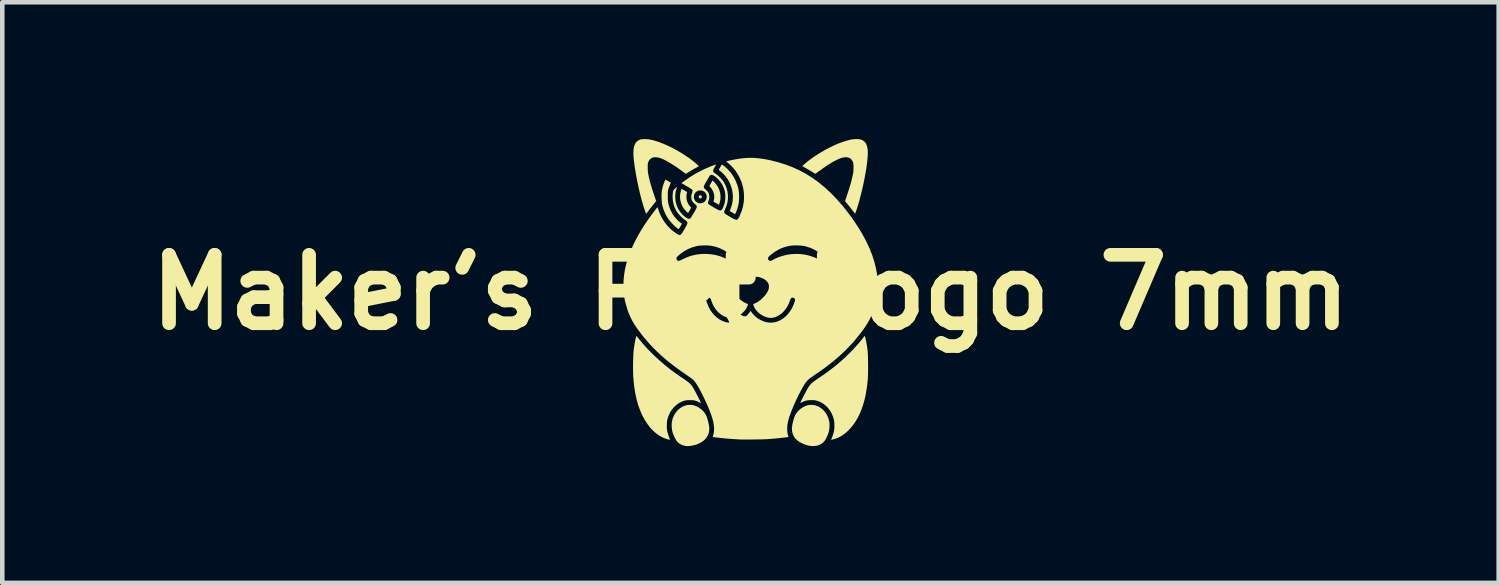
<source format=kicad_pcb>
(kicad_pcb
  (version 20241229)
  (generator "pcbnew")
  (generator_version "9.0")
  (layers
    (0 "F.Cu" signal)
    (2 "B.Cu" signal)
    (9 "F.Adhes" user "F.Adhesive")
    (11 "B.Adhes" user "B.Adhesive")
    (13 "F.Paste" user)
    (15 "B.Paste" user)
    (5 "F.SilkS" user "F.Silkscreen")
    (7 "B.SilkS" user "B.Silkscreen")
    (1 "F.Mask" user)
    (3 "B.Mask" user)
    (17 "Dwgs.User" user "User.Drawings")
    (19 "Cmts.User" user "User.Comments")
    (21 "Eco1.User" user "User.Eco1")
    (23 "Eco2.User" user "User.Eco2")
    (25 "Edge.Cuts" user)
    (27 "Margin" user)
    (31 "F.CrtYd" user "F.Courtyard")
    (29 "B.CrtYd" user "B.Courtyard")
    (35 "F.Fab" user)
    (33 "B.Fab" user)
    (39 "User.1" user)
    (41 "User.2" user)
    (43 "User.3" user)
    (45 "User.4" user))
  (footprint "Maker's Pet Logo 7mm"
    (layer "F.Cu")
    (at 13.407 3.36)
    (property "Reference" "Maker's Pet Logo 7mm" (at 0 0 0) (layer "F.SilkS") (effects (font (size 1.5 1.5) (thickness 0.3))))
    (attr board_only exclude_from_pos_files exclude_from_bom)
    (fp_poly (pts (xy -1.09 -2.127) (xy -1.076 -2.116) (xy -1.065 -2.103) (xy -1.064 -2.09) (xy -1.071 -2.076) (xy -1.074 -2.073) (xy -1.088 -2.061) (xy -1.106 -2.059) (xy -1.121 -2.066) (xy -1.125 -2.069) (xy -1.134 -2.086) (xy -1.134 -2.103) (xy -1.125 -2.118) (xy -1.123 -2.12) (xy -1.106 -2.129)) (stroke (width 0) (type solid)) (fill yes) (layer "F.SilkS"))
    (fp_poly (pts (xy -0.795 -2.416) (xy -0.75 -2.365) (xy -0.713 -2.309) (xy -0.685 -2.249) (xy -0.666 -2.185) (xy -0.657 -2.119) (xy -0.658 -2.053) (xy -0.661 -2.031) (xy -0.665 -2.008) (xy -0.67 -1.984) (xy -0.676 -1.961) (xy -0.683 -1.941) (xy -0.688 -1.927) (xy -0.692 -1.921) (xy -0.692 -1.921) (xy -0.698 -1.924) (xy -0.712 -1.931) (xy -0.731 -1.942) (xy -0.754 -1.955) (xy -0.755 -1.955) (xy -0.813 -1.989) (xy -0.805 -2.014) (xy -0.795 -2.066) (xy -0.795 -2.12) (xy -0.805 -2.173) (xy -0.825 -2.225) (xy -0.854 -2.274) (xy -0.871 -2.296) (xy -0.902 -2.332) (xy -0.867 -2.392) (xy -0.832 -2.451)) (stroke (width 0) (type solid)) (fill yes) (layer "F.SilkS"))
    (fp_poly (pts (xy -1.506 -2.265) (xy -1.493 -2.258) (xy -1.475 -2.248) (xy -1.452 -2.235) (xy -1.449 -2.234) (xy -1.389 -2.199) (xy -1.397 -2.174) (xy -1.4 -2.157) (xy -1.403 -2.133) (xy -1.405 -2.107) (xy -1.405 -2.097) (xy -1.401 -2.039) (xy -1.387 -1.985) (xy -1.363 -1.935) (xy -1.328 -1.888) (xy -1.325 -1.885) (xy -1.3 -1.857) (xy -1.331 -1.801) (xy -1.344 -1.778) (xy -1.355 -1.76) (xy -1.363 -1.747) (xy -1.366 -1.741) (xy -1.372 -1.743) (xy -1.383 -1.752) (xy -1.398 -1.765) (xy -1.407 -1.773) (xy -1.453 -1.824) (xy -1.49 -1.881) (xy -1.518 -1.942) (xy -1.536 -2.007) (xy -1.545 -2.073) (xy -1.543 -2.14) (xy -1.542 -2.148) (xy -1.538 -2.169) (xy -1.533 -2.194) (xy -1.527 -2.219) (xy -1.521 -2.241) (xy -1.515 -2.257) (xy -1.511 -2.266) (xy -1.511 -2.267)) (stroke (width 0) (type solid)) (fill yes) (layer "F.SilkS"))
    (fp_poly (pts (xy -1.273 2.472) (xy -1.233 2.481) (xy -1.175 2.504) (xy -1.121 2.535) (xy -1.071 2.573) (xy -1.027 2.617) (xy -0.992 2.664) (xy -0.975 2.694) (xy -0.96 2.729) (xy -0.946 2.771) (xy -0.932 2.818) (xy -0.921 2.867) (xy -0.911 2.914) (xy -0.905 2.958) (xy -0.903 2.994) (xy -0.903 2.997) (xy -0.908 3.056) (xy -0.923 3.112) (xy -0.949 3.163) (xy -0.984 3.211) (xy -1.028 3.253) (xy -1.082 3.29) (xy -1.145 3.322) (xy -1.145 3.322) (xy -1.197 3.342) (xy -1.253 3.357) (xy -1.309 3.367) (xy -1.363 3.372) (xy -1.412 3.371) (xy -1.431 3.368) (xy -1.478 3.357) (xy -1.523 3.338) (xy -1.565 3.313) (xy -1.599 3.283) (xy -1.614 3.266) (xy -1.631 3.242) (xy -1.649 3.21) (xy -1.667 3.174) (xy -1.684 3.136) (xy -1.699 3.099) (xy -1.709 3.068) (xy -1.718 3.029) (xy -1.724 2.983) (xy -1.728 2.935) (xy -1.728 2.889) (xy -1.724 2.848) (xy -1.723 2.838) (xy -1.706 2.769) (xy -1.68 2.705) (xy -1.646 2.647) (xy -1.605 2.595) (xy -1.557 2.551) (xy -1.504 2.515) (xy -1.445 2.488) (xy -1.425 2.482) (xy -1.377 2.471) (xy -1.325 2.468)) (stroke (width 0) (type solid)) (fill yes) (layer "F.SilkS"))
    (fp_poly (pts (xy 1.39 2.472) (xy 1.431 2.482) (xy 1.491 2.505) (xy 1.546 2.539) (xy 1.596 2.581) (xy 1.639 2.63) (xy 1.675 2.686) (xy 1.704 2.748) (xy 1.724 2.816) (xy 1.728 2.838) (xy 1.733 2.877) (xy 1.733 2.923) (xy 1.731 2.971) (xy 1.726 3.018) (xy 1.717 3.059) (xy 1.715 3.068) (xy 1.7 3.112) (xy 1.68 3.159) (xy 1.658 3.204) (xy 1.635 3.244) (xy 1.629 3.253) (xy 1.597 3.29) (xy 1.557 3.322) (xy 1.509 3.347) (xy 1.476 3.359) (xy 1.448 3.365) (xy 1.414 3.369) (xy 1.376 3.371) (xy 1.34 3.371) (xy 1.31 3.368) (xy 1.248 3.356) (xy 1.186 3.336) (xy 1.127 3.31) (xy 1.072 3.279) (xy 1.023 3.244) (xy 0.984 3.206) (xy 0.978 3.199) (xy 0.949 3.156) (xy 0.927 3.106) (xy 0.913 3.052) (xy 0.908 2.997) (xy 0.908 2.997) (xy 0.91 2.961) (xy 0.916 2.918) (xy 0.925 2.871) (xy 0.937 2.822) (xy 0.95 2.775) (xy 0.964 2.732) (xy 0.979 2.697) (xy 0.98 2.694) (xy 1.01 2.645) (xy 1.049 2.599) (xy 1.095 2.557) (xy 1.147 2.522) (xy 1.203 2.494) (xy 1.238 2.481) (xy 1.286 2.471) (xy 1.338 2.468)) (stroke (width 0) (type solid)) (fill yes) (layer "F.SilkS"))
    (fp_poly (pts (xy -0.618 -2.798) (xy -0.604 -2.788) (xy -0.585 -2.773) (xy -0.563 -2.755) (xy -0.539 -2.734) (xy -0.515 -2.713) (xy -0.493 -2.692) (xy -0.483 -2.681) (xy -0.421 -2.609) (xy -0.368 -2.53) (xy -0.324 -2.444) (xy -0.288 -2.353) (xy -0.263 -2.26) (xy -0.257 -2.221) (xy -0.252 -2.174) (xy -0.25 -2.123) (xy -0.25 -2.069) (xy -0.252 -2.018) (xy -0.256 -1.97) (xy -0.263 -1.93) (xy -0.263 -1.929) (xy -0.271 -1.895) (xy -0.28 -1.861) (xy -0.291 -1.826) (xy -0.302 -1.794) (xy -0.312 -1.765) (xy -0.322 -1.742) (xy -0.331 -1.726) (xy -0.337 -1.718) (xy -0.338 -1.717) (xy -0.345 -1.72) (xy -0.359 -1.727) (xy -0.378 -1.738) (xy -0.4 -1.751) (xy -0.456 -1.784) (xy -0.443 -1.812) (xy -0.421 -1.873) (xy -0.403 -1.939) (xy -0.391 -2.008) (xy -0.386 -2.076) (xy -0.385 -2.095) (xy -0.391 -2.178) (xy -0.406 -2.261) (xy -0.431 -2.341) (xy -0.464 -2.418) (xy -0.506 -2.49) (xy -0.556 -2.557) (xy -0.613 -2.616) (xy -0.649 -2.648) (xy -0.668 -2.663) (xy -0.682 -2.675) (xy -0.692 -2.684) (xy -0.693 -2.687) (xy -0.691 -2.694) (xy -0.684 -2.707) (xy -0.674 -2.725) (xy -0.663 -2.746) (xy -0.651 -2.765) (xy -0.64 -2.783) (xy -0.632 -2.796) (xy -0.627 -2.801) (xy -0.627 -2.801)) (stroke (width 0) (type solid)) (fill yes) (layer "F.SilkS"))
    (fp_poly (pts (xy -1.858 -2.469) (xy -1.845 -2.462) (xy -1.827 -2.451) (xy -1.804 -2.438) (xy -1.804 -2.438) (xy -1.746 -2.405) (xy -1.765 -2.357) (xy -1.774 -2.334) (xy -1.782 -2.315) (xy -1.787 -2.301) (xy -1.789 -2.298) (xy -1.797 -2.277) (xy -1.803 -2.258) (xy -1.808 -2.239) (xy -1.811 -2.217) (xy -1.813 -2.19) (xy -1.813 -2.156) (xy -1.813 -2.119) (xy -1.813 -2.07) (xy -1.812 -2.028) (xy -1.809 -1.993) (xy -1.804 -1.961) (xy -1.797 -1.929) (xy -1.787 -1.896) (xy -1.78 -1.872) (xy -1.748 -1.791) (xy -1.707 -1.715) (xy -1.657 -1.645) (xy -1.599 -1.581) (xy -1.547 -1.536) (xy -1.504 -1.502) (xy -1.537 -1.444) (xy -1.55 -1.422) (xy -1.562 -1.404) (xy -1.571 -1.392) (xy -1.576 -1.387) (xy -1.576 -1.387) (xy -1.583 -1.391) (xy -1.597 -1.399) (xy -1.613 -1.41) (xy -1.627 -1.422) (xy -1.647 -1.44) (xy -1.671 -1.462) (xy -1.695 -1.485) (xy -1.706 -1.496) (xy -1.77 -1.567) (xy -1.824 -1.642) (xy -1.868 -1.722) (xy -1.904 -1.808) (xy -1.904 -1.808) (xy -1.916 -1.843) (xy -1.926 -1.879) (xy -1.935 -1.913) (xy -1.941 -1.942) (xy -1.943 -1.964) (xy -1.943 -1.965) (xy -1.944 -1.978) (xy -1.945 -1.998) (xy -1.947 -2.025) (xy -1.949 -2.054) (xy -1.949 -2.058) (xy -1.951 -2.149) (xy -1.942 -2.238) (xy -1.922 -2.327) (xy -1.908 -2.369) (xy -1.899 -2.393) (xy -1.89 -2.417) (xy -1.881 -2.438) (xy -1.873 -2.456) (xy -1.867 -2.468) (xy -1.864 -2.471)) (stroke (width 0) (type solid)) (fill yes) (layer "F.SilkS"))
    (fp_poly (pts (xy -2.272 -3.358) (xy -2.228 -3.354) (xy -2.188 -3.347) (xy -2.185 -3.347) (xy -2.101 -3.325) (xy -2.012 -3.297) (xy -1.919 -3.261) (xy -1.822 -3.219) (xy -1.724 -3.172) (xy -1.626 -3.12) (xy -1.53 -3.064) (xy -1.436 -3.005) (xy -1.346 -2.944) (xy -1.262 -2.881) (xy -1.187 -2.818) (xy -1.167 -2.801) (xy -1.15 -2.785) (xy -1.139 -2.774) (xy -1.134 -2.768) (xy -1.134 -2.768) (xy -1.138 -2.764) (xy -1.151 -2.755) (xy -1.168 -2.745) (xy -1.182 -2.737) (xy -1.217 -2.718) (xy -1.254 -2.697) (xy -1.292 -2.675) (xy -1.328 -2.653) (xy -1.359 -2.634) (xy -1.383 -2.619) (xy -1.383 -2.619) (xy -1.401 -2.608) (xy -1.415 -2.602) (xy -1.421 -2.601) (xy -1.428 -2.606) (xy -1.442 -2.616) (xy -1.461 -2.63) (xy -1.483 -2.647) (xy -1.493 -2.654) (xy -1.572 -2.711) (xy -1.648 -2.764) (xy -1.721 -2.811) (xy -1.79 -2.852) (xy -1.853 -2.888) (xy -1.911 -2.916) (xy -1.962 -2.938) (xy -1.981 -2.944) (xy -2.036 -2.958) (xy -2.085 -2.963) (xy -2.129 -2.959) (xy -2.167 -2.945) (xy -2.199 -2.922) (xy -2.224 -2.891) (xy -2.241 -2.859) (xy -2.245 -2.845) (xy -2.249 -2.833) (xy -2.251 -2.819) (xy -2.253 -2.801) (xy -2.253 -2.778) (xy -2.253 -2.746) (xy -2.253 -2.735) (xy -2.253 -2.698) (xy -2.252 -2.668) (xy -2.25 -2.642) (xy -2.246 -2.615) (xy -2.241 -2.586) (xy -2.236 -2.562) (xy -2.224 -2.507) (xy -2.21 -2.451) (xy -2.195 -2.394) (xy -2.177 -2.333) (xy -2.157 -2.267) (xy -2.133 -2.193) (xy -2.121 -2.157) (xy -2.068 -2) (xy -2.124 -1.931) (xy -2.149 -1.901) (xy -2.176 -1.866) (xy -2.204 -1.832) (xy -2.227 -1.801) (xy -2.23 -1.797) (xy -2.251 -1.769) (xy -2.266 -1.749) (xy -2.277 -1.735) (xy -2.284 -1.728) (xy -2.288 -1.725) (xy -2.291 -1.726) (xy -2.293 -1.73) (xy -2.294 -1.735) (xy -2.321 -1.81) (xy -2.349 -1.895) (xy -2.376 -1.988) (xy -2.403 -2.087) (xy -2.429 -2.191) (xy -2.453 -2.298) (xy -2.477 -2.406) (xy -2.498 -2.514) (xy -2.517 -2.62) (xy -2.534 -2.722) (xy -2.548 -2.82) (xy -2.559 -2.911) (xy -2.565 -2.981) (xy -2.568 -3.056) (xy -2.565 -3.122) (xy -2.557 -3.179) (xy -2.543 -3.228) (xy -2.523 -3.269) (xy -2.496 -3.302) (xy -2.463 -3.328) (xy -2.424 -3.347) (xy -2.416 -3.35) (xy -2.389 -3.356) (xy -2.355 -3.359) (xy -2.315 -3.36)) (stroke (width 0) (type solid)) (fill yes) (layer "F.SilkS"))
    (fp_poly (pts (xy -2.495 0.962) (xy -2.485 0.974) (xy -2.471 0.991) (xy -2.454 1.012) (xy -2.444 1.025) (xy -2.349 1.139) (xy -2.245 1.254) (xy -2.132 1.367) (xy -2.013 1.478) (xy -1.89 1.585) (xy -1.832 1.632) (xy -1.784 1.67) (xy -1.734 1.709) (xy -1.681 1.747) (xy -1.624 1.788) (xy -1.562 1.832) (xy -1.492 1.88) (xy -1.476 1.89) (xy -1.431 1.921) (xy -1.394 1.948) (xy -1.363 1.971) (xy -1.338 1.992) (xy -1.317 2.013) (xy -1.298 2.034) (xy -1.281 2.056) (xy -1.264 2.082) (xy -1.25 2.106) (xy -1.24 2.123) (xy -1.227 2.147) (xy -1.211 2.175) (xy -1.195 2.207) (xy -1.177 2.241) (xy -1.159 2.276) (xy -1.141 2.311) (xy -1.125 2.343) (xy -1.111 2.372) (xy -1.099 2.396) (xy -1.091 2.413) (xy -1.087 2.424) (xy -1.086 2.426) (xy -1.092 2.424) (xy -1.105 2.419) (xy -1.123 2.411) (xy -1.134 2.406) (xy -1.171 2.39) (xy -1.203 2.378) (xy -1.234 2.37) (xy -1.267 2.366) (xy -1.306 2.364) (xy -1.329 2.364) (xy -1.364 2.364) (xy -1.39 2.366) (xy -1.412 2.368) (xy -1.432 2.372) (xy -1.449 2.376) (xy -1.517 2.402) (xy -1.58 2.436) (xy -1.638 2.48) (xy -1.69 2.531) (xy -1.736 2.589) (xy -1.774 2.654) (xy -1.804 2.725) (xy -1.825 2.799) (xy -1.83 2.828) (xy -1.833 2.866) (xy -1.834 2.907) (xy -1.835 2.949) (xy -1.833 2.988) (xy -1.83 3.021) (xy -1.828 3.033) (xy -1.818 3.075) (xy -1.805 3.121) (xy -1.79 3.164) (xy -1.778 3.195) (xy -1.762 3.231) (xy -1.777 3.23) (xy -1.789 3.229) (xy -1.808 3.225) (xy -1.83 3.219) (xy -1.838 3.216) (xy -1.915 3.188) (xy -1.989 3.149) (xy -2.06 3.101) (xy -2.128 3.042) (xy -2.193 2.975) (xy -2.253 2.898) (xy -2.309 2.814) (xy -2.361 2.721) (xy -2.407 2.62) (xy -2.449 2.513) (xy -2.463 2.471) (xy -2.495 2.357) (xy -2.523 2.233) (xy -2.545 2.1) (xy -2.562 1.957) (xy -2.571 1.842) (xy -2.573 1.802) (xy -2.574 1.754) (xy -2.575 1.7) (xy -2.575 1.642) (xy -2.575 1.581) (xy -2.574 1.52) (xy -2.572 1.461) (xy -2.57 1.405) (xy -2.568 1.354) (xy -2.565 1.311) (xy -2.562 1.277) (xy -2.558 1.238) (xy -2.552 1.197) (xy -2.545 1.155) (xy -2.538 1.114) (xy -2.531 1.075) (xy -2.524 1.039) (xy -2.517 1.008) (xy -2.51 0.983) (xy -2.505 0.966) (xy -2.5 0.958) (xy -2.499 0.958)) (stroke (width 0) (type solid)) (fill yes) (layer "F.SilkS"))
    (fp_poly (pts (xy 2.358 -3.359) (xy 2.393 -3.356) (xy 2.42 -3.35) (xy 2.422 -3.35) (xy 2.463 -3.332) (xy 2.496 -3.308) (xy 2.523 -3.277) (xy 2.544 -3.238) (xy 2.559 -3.191) (xy 2.569 -3.135) (xy 2.57 -3.124) (xy 2.573 -3.077) (xy 2.572 -3.022) (xy 2.568 -2.958) (xy 2.562 -2.886) (xy 2.552 -2.808) (xy 2.541 -2.725) (xy 2.526 -2.637) (xy 2.51 -2.546) (xy 2.492 -2.452) (xy 2.472 -2.357) (xy 2.451 -2.262) (xy 2.428 -2.167) (xy 2.404 -2.074) (xy 2.38 -1.984) (xy 2.354 -1.897) (xy 2.328 -1.816) (xy 2.318 -1.787) (xy 2.309 -1.762) (xy 2.302 -1.742) (xy 2.297 -1.73) (xy 2.296 -1.727) (xy 2.291 -1.73) (xy 2.282 -1.74) (xy 2.268 -1.756) (xy 2.251 -1.778) (xy 2.239 -1.793) (xy 2.215 -1.825) (xy 2.187 -1.86) (xy 2.158 -1.896) (xy 2.132 -1.928) (xy 2.13 -1.931) (xy 2.074 -2) (xy 2.126 -2.157) (xy 2.152 -2.235) (xy 2.174 -2.305) (xy 2.193 -2.368) (xy 2.209 -2.426) (xy 2.223 -2.482) (xy 2.236 -2.537) (xy 2.241 -2.562) (xy 2.248 -2.596) (xy 2.253 -2.624) (xy 2.256 -2.65) (xy 2.258 -2.677) (xy 2.259 -2.709) (xy 2.259 -2.735) (xy 2.259 -2.77) (xy 2.258 -2.796) (xy 2.257 -2.815) (xy 2.255 -2.83) (xy 2.252 -2.842) (xy 2.248 -2.855) (xy 2.246 -2.859) (xy 2.226 -2.897) (xy 2.199 -2.927) (xy 2.166 -2.948) (xy 2.127 -2.96) (xy 2.082 -2.963) (xy 2.032 -2.956) (xy 1.987 -2.944) (xy 1.939 -2.926) (xy 1.884 -2.9) (xy 1.822 -2.868) (xy 1.756 -2.829) (xy 1.685 -2.784) (xy 1.61 -2.734) (xy 1.532 -2.678) (xy 1.498 -2.654) (xy 1.475 -2.636) (xy 1.454 -2.621) (xy 1.438 -2.609) (xy 1.429 -2.602) (xy 1.427 -2.601) (xy 1.419 -2.602) (xy 1.404 -2.609) (xy 1.388 -2.619) (xy 1.365 -2.634) (xy 1.334 -2.653) (xy 1.298 -2.674) (xy 1.26 -2.696) (xy 1.223 -2.718) (xy 1.188 -2.737) (xy 1.187 -2.737) (xy 1.167 -2.749) (xy 1.151 -2.759) (xy 1.141 -2.766) (xy 1.139 -2.768) (xy 1.143 -2.773) (xy 1.155 -2.785) (xy 1.172 -2.8) (xy 1.193 -2.819) (xy 1.217 -2.84) (xy 1.243 -2.861) (xy 1.269 -2.882) (xy 1.293 -2.902) (xy 1.298 -2.905) (xy 1.375 -2.961) (xy 1.461 -3.018) (xy 1.553 -3.074) (xy 1.648 -3.129) (xy 1.745 -3.179) (xy 1.84 -3.225) (xy 1.896 -3.25) (xy 1.937 -3.267) (xy 1.984 -3.284) (xy 2.034 -3.301) (xy 2.084 -3.318) (xy 2.131 -3.331) (xy 2.172 -3.342) (xy 2.191 -3.347) (xy 2.231 -3.354) (xy 2.274 -3.358) (xy 2.317 -3.36)) (stroke (width 0) (type solid)) (fill yes) (layer "F.SilkS"))
    (fp_poly (pts (xy 2.509 0.963) (xy 2.514 0.977) (xy 2.52 1) (xy 2.527 1.029) (xy 2.534 1.064) (xy 2.542 1.103) (xy 2.549 1.145) (xy 2.556 1.187) (xy 2.562 1.23) (xy 2.567 1.272) (xy 2.569 1.282) (xy 2.571 1.315) (xy 2.574 1.356) (xy 2.576 1.405) (xy 2.577 1.46) (xy 2.578 1.519) (xy 2.579 1.58) (xy 2.579 1.642) (xy 2.579 1.703) (xy 2.578 1.761) (xy 2.577 1.814) (xy 2.575 1.862) (xy 2.573 1.901) (xy 2.571 1.924) (xy 2.558 2.043) (xy 2.542 2.153) (xy 2.524 2.255) (xy 2.503 2.35) (xy 2.478 2.44) (xy 2.45 2.526) (xy 2.418 2.609) (xy 2.389 2.677) (xy 2.345 2.764) (xy 2.295 2.845) (xy 2.241 2.922) (xy 2.182 2.992) (xy 2.12 3.054) (xy 2.056 3.108) (xy 1.989 3.153) (xy 1.937 3.181) (xy 1.911 3.192) (xy 1.881 3.203) (xy 1.851 3.213) (xy 1.823 3.222) (xy 1.799 3.228) (xy 1.782 3.231) (xy 1.78 3.231) (xy 1.767 3.231) (xy 1.783 3.195) (xy 1.799 3.157) (xy 1.813 3.112) (xy 1.826 3.067) (xy 1.834 3.033) (xy 1.837 3.003) (xy 1.84 2.966) (xy 1.84 2.925) (xy 1.839 2.883) (xy 1.837 2.843) (xy 1.833 2.81) (xy 1.83 2.799) (xy 1.809 2.724) (xy 1.779 2.653) (xy 1.741 2.589) (xy 1.695 2.53) (xy 1.643 2.479) (xy 1.585 2.436) (xy 1.522 2.401) (xy 1.455 2.376) (xy 1.434 2.371) (xy 1.414 2.367) (xy 1.392 2.365) (xy 1.364 2.364) (xy 1.335 2.364) (xy 1.292 2.365) (xy 1.256 2.368) (xy 1.224 2.374) (xy 1.193 2.383) (xy 1.159 2.397) (xy 1.14 2.406) (xy 1.119 2.415) (xy 1.103 2.422) (xy 1.094 2.425) (xy 1.092 2.426) (xy 1.094 2.42) (xy 1.1 2.406) (xy 1.109 2.386) (xy 1.122 2.359) (xy 1.138 2.329) (xy 1.154 2.296) (xy 1.172 2.261) (xy 1.19 2.226) (xy 1.208 2.193) (xy 1.224 2.162) (xy 1.238 2.136) (xy 1.25 2.114) (xy 1.255 2.106) (xy 1.273 2.077) (xy 1.29 2.052) (xy 1.307 2.029) (xy 1.326 2.009) (xy 1.348 1.988) (xy 1.374 1.967) (xy 1.406 1.943) (xy 1.444 1.916) (xy 1.482 1.89) (xy 1.565 1.833) (xy 1.641 1.78) (xy 1.711 1.73) (xy 1.775 1.681) (xy 1.837 1.633) (xy 1.897 1.584) (xy 1.958 1.532) (xy 1.997 1.499) (xy 2.079 1.424) (xy 2.163 1.343) (xy 2.246 1.258) (xy 2.325 1.172) (xy 2.398 1.087) (xy 2.449 1.025) (xy 2.467 1.002) (xy 2.483 0.982) (xy 2.496 0.967) (xy 2.503 0.959) (xy 2.505 0.958)) (stroke (width 0) (type solid)) (fill yes) (layer "F.SilkS"))
    (fp_poly (pts (xy 0.069 -2.948) (xy 0.162 -2.941) (xy 0.259 -2.929) (xy 0.361 -2.911) (xy 0.44 -2.895) (xy 0.608 -2.852) (xy 0.769 -2.802) (xy 0.924 -2.743) (xy 1.073 -2.675) (xy 1.216 -2.598) (xy 1.355 -2.511) (xy 1.489 -2.415) (xy 1.62 -2.308) (xy 1.747 -2.192) (xy 1.781 -2.159) (xy 1.887 -2.048) (xy 1.991 -1.931) (xy 2.092 -1.808) (xy 2.188 -1.681) (xy 2.28 -1.552) (xy 2.366 -1.42) (xy 2.446 -1.289) (xy 2.517 -1.159) (xy 2.58 -1.031) (xy 2.615 -0.952) (xy 2.672 -0.808) (xy 2.717 -0.665) (xy 2.752 -0.525) (xy 2.777 -0.386) (xy 2.79 -0.25) (xy 2.793 -0.116) (xy 2.785 0.015) (xy 2.771 0.118) (xy 2.766 0.147) (xy 2.762 0.172) (xy 2.757 0.195) (xy 2.751 0.219) (xy 2.744 0.246) (xy 2.735 0.278) (xy 2.723 0.317) (xy 2.717 0.337) (xy 2.686 0.43) (xy 2.649 0.521) (xy 2.605 0.61) (xy 2.552 0.7) (xy 2.491 0.792) (xy 2.446 0.855) (xy 2.354 0.972) (xy 2.261 1.084) (xy 2.163 1.191) (xy 2.061 1.294) (xy 1.954 1.394) (xy 1.84 1.492) (xy 1.719 1.589) (xy 1.589 1.686) (xy 1.449 1.783) (xy 1.413 1.807) (xy 1.365 1.841) (xy 1.324 1.87) (xy 1.29 1.896) (xy 1.261 1.922) (xy 1.236 1.947) (xy 1.214 1.975) (xy 1.192 2.006) (xy 1.17 2.041) (xy 1.146 2.082) (xy 1.102 2.162) (xy 1.059 2.246) (xy 1.017 2.331) (xy 0.978 2.416) (xy 0.941 2.499) (xy 0.907 2.581) (xy 0.878 2.658) (xy 0.853 2.729) (xy 0.833 2.794) (xy 0.826 2.821) (xy 0.812 2.893) (xy 0.805 2.963) (xy 0.805 3.03) (xy 0.812 3.092) (xy 0.826 3.147) (xy 0.833 3.165) (xy 0.833 3.168) (xy 0.829 3.171) (xy 0.82 3.174) (xy 0.805 3.177) (xy 0.781 3.18) (xy 0.749 3.184) (xy 0.734 3.186) (xy 0.563 3.204) (xy 0.386 3.219) (xy 0.372 3.22) (xy 0.35 3.221) (xy 0.319 3.222) (xy 0.281 3.223) (xy 0.236 3.225) (xy 0.187 3.226) (xy 0.134 3.226) (xy 0.08 3.227) (xy 0.026 3.228) (xy -0.027 3.228) (xy -0.076 3.229) (xy -0.122 3.229) (xy -0.161 3.229) (xy -0.194 3.228) (xy -0.217 3.228) (xy -0.223 3.227) (xy -0.294 3.223) (xy -0.356 3.219) (xy -0.411 3.216) (xy -0.46 3.212) (xy -0.504 3.209) (xy -0.546 3.205) (xy -0.587 3.201) (xy -0.629 3.197) (xy -0.674 3.192) (xy -0.723 3.186) (xy -0.728 3.186) (xy -0.764 3.181) (xy -0.791 3.178) (xy -0.81 3.175) (xy -0.821 3.172) (xy -0.827 3.169) (xy -0.828 3.166) (xy -0.828 3.165) (xy -0.811 3.112) (xy -0.801 3.053) (xy -0.798 2.988) (xy -0.803 2.918) (xy -0.815 2.847) (xy -0.821 2.821) (xy -0.842 2.745) (xy -0.871 2.661) (xy -0.906 2.569) (xy -0.948 2.47) (xy -0.997 2.363) (xy -1.053 2.248) (xy -1.065 2.224) (xy -1.099 2.158) (xy -1.13 2.101) (xy -1.157 2.053) (xy -1.183 2.012) (xy -1.206 1.978) (xy -1.229 1.949) (xy -1.252 1.924) (xy -1.276 1.902) (xy -1.281 1.898) (xy -1.295 1.887) (xy -1.316 1.872) (xy -1.342 1.853) (xy -1.373 1.831) (xy -1.406 1.809) (xy -1.428 1.793) (xy -1.566 1.698) (xy -1.693 1.604) (xy -1.812 1.51) (xy -1.924 1.415) (xy -2.029 1.319) (xy -2.13 1.22) (xy -2.226 1.117) (xy -2.314 1.015) (xy -2.349 0.973) (xy -2.385 0.927) (xy -2.421 0.88) (xy -2.456 0.833) (xy -2.489 0.788) (xy -2.517 0.748) (xy -2.54 0.714) (xy -2.542 0.709) (xy -2.576 0.653) (xy -2.608 0.593) (xy -2.638 0.531) (xy -2.664 0.471) (xy -2.687 0.414) (xy -2.703 0.363) (xy -2.708 0.345) (xy -2.716 0.318) (xy -2.725 0.286) (xy -2.734 0.256) (xy -2.736 0.25) (xy -2.755 0.177) (xy -2.756 0.171) (xy -0.971 0.171) (xy -0.969 0.184) (xy -0.963 0.203) (xy -0.956 0.228) (xy -0.924 0.307) (xy -0.886 0.38) (xy -0.841 0.446) (xy -0.79 0.505) (xy -0.734 0.556) (xy -0.674 0.598) (xy -0.609 0.631) (xy -0.542 0.654) (xy -0.526 0.658) (xy -0.491 0.663) (xy -0.451 0.665) (xy -0.41 0.664) (xy -0.371 0.661) (xy -0.353 0.658) (xy -0.289 0.64) (xy -0.226 0.613) (xy -0.165 0.578) (xy -0.11 0.537) (xy -0.061 0.491) (xy -0.021 0.442) (xy -0.019 0.438) (xy -0.008 0.422) (xy -0.001 0.411) (xy 0.003 0.407) (xy 0.006 0.411) (xy 0.014 0.422) (xy 0.024 0.438) (xy 0.046 0.466) (xy 0.074 0.497) (xy 0.105 0.528) (xy 0.136 0.554) (xy 0.144 0.56) (xy 0.208 0.601) (xy 0.274 0.632) (xy 0.341 0.653) (xy 0.408 0.664) (xy 0.475 0.665) (xy 0.541 0.655) (xy 0.578 0.644) (xy 0.647 0.616) (xy 0.711 0.577) (xy 0.771 0.53) (xy 0.825 0.473) (xy 0.873 0.409) (xy 0.915 0.338) (xy 0.95 0.26) (xy 0.961 0.228) (xy 0.97 0.201) (xy 0.975 0.183) (xy 0.977 0.17) (xy 0.976 0.16) (xy 0.974 0.151) (xy 0.963 0.131) (xy 0.945 0.119) (xy 0.923 0.116) (xy 0.903 0.119) (xy 0.887 0.132) (xy 0.874 0.153) (xy 0.867 0.173) (xy 0.844 0.24) (xy 0.813 0.302) (xy 0.776 0.36) (xy 0.735 0.412) (xy 0.689 0.458) (xy 0.639 0.496) (xy 0.587 0.526) (xy 0.534 0.548) (xy 0.479 0.559) (xy 0.447 0.561) (xy 0.395 0.557) (xy 0.341 0.543) (xy 0.287 0.52) (xy 0.235 0.491) (xy 0.187 0.456) (xy 0.145 0.416) (xy 0.11 0.373) (xy 0.107 0.369) (xy 0.095 0.347) (xy 0.082 0.323) (xy 0.072 0.299) (xy 0.064 0.279) (xy 0.061 0.264) (xy 0.061 0.263) (xy 0.065 0.257) (xy 0.078 0.251) (xy 0.096 0.243) (xy 0.096 0.243) (xy 0.14 0.223) (xy 0.185 0.194) (xy 0.231 0.159) (xy 0.274 0.118) (xy 0.315 0.073) (xy 0.35 0.027) (xy 0.377 -0.019) (xy 0.39 -0.046) (xy 0.398 -0.07) (xy 0.403 -0.093) (xy 0.404 -0.121) (xy 0.404 -0.124) (xy 0.404 -0.148) (xy 0.402 -0.165) (xy 0.397 -0.18) (xy 0.388 -0.199) (xy 0.386 -0.203) (xy 0.363 -0.236) (xy 0.334 -0.265) (xy 0.297 -0.29) (xy 0.272 -0.303) (xy 0.246 -0.315) (xy 0.222 -0.324) (xy 0.197 -0.331) (xy 0.171 -0.336) (xy 0.14 -0.34) (xy 0.105 -0.342) (xy 0.061 -0.344) (xy 0.009 -0.344) (xy 0.003 -0.344) (xy -0.05 -0.344) (xy -0.094 -0.343) (xy -0.131 -0.34) (xy -0.162 -0.337) (xy -0.189 -0.332) (xy -0.214 -0.325) (xy -0.238 -0.316) (xy -0.264 -0.304) (xy -0.267 -0.303) (xy -0.309 -0.279) (xy -0.342 -0.253) (xy -0.368 -0.222) (xy -0.38 -0.203) (xy -0.39 -0.183) (xy -0.395 -0.168) (xy -0.398 -0.151) (xy -0.399 -0.129) (xy -0.399 -0.124) (xy -0.397 -0.095) (xy -0.393 -0.072) (xy -0.385 -0.048) (xy -0.385 -0.046) (xy -0.36 0.002) (xy -0.325 0.053) (xy -0.281 0.104) (xy -0.264 0.122) (xy -0.216 0.167) (xy -0.167 0.203) (xy -0.12 0.231) (xy -0.091 0.243) (xy -0.073 0.25) (xy -0.06 0.257) (xy -0.055 0.262) (xy -0.055 0.263) (xy -0.057 0.271) (xy -0.062 0.286) (xy -0.067 0.301) (xy -0.091 0.352) (xy -0.124 0.399) (xy -0.164 0.441) (xy -0.209 0.479) (xy -0.259 0.51) (xy -0.313 0.534) (xy -0.367 0.551) (xy -0.422 0.559) (xy -0.476 0.558) (xy -0.5 0.554) (xy -0.558 0.536) (xy -0.614 0.508) (xy -0.667 0.471) (xy -0.717 0.426) (xy -0.761 0.374) (xy -0.801 0.315) (xy -0.833 0.251) (xy -0.859 0.182) (xy -0.862 0.173) (xy -0.872 0.145) (xy -0.886 0.127) (xy -0.904 0.117) (xy -0.918 0.116) (xy -0.942 0.12) (xy -0.959 0.132) (xy -0.969 0.151) (xy -0.971 0.161) (xy -0.971 0.171) (xy -2.756 0.171) (xy -2.77 0.095) (xy -2.78 0.005) (xy -2.786 -0.092) (xy -2.786 -0.151) (xy -2.782 -0.273) (xy -2.77 -0.393) (xy -2.75 -0.514) (xy -2.721 -0.636) (xy -2.69 -0.738) (xy -1.623 -0.738) (xy -1.619 -0.72) (xy -1.607 -0.703) (xy -1.59 -0.691) (xy -1.575 -0.688) (xy -1.564 -0.691) (xy -1.545 -0.698) (xy -1.521 -0.708) (xy -1.493 -0.722) (xy -1.491 -0.723) (xy -1.404 -0.764) (xy -1.318 -0.796) (xy -1.229 -0.819) (xy -1.14 -0.834) (xy -1.063 -0.841) (xy -0.98 -0.842) (xy -0.896 -0.837) (xy -0.815 -0.827) (xy -0.752 -0.815) (xy -0.7 -0.801) (xy -0.645 -0.783) (xy -0.59 -0.761) (xy -0.539 -0.739) (xy -0.494 -0.716) (xy -0.479 -0.707) (xy -0.453 -0.694) (xy -0.431 -0.689) (xy -0.413 -0.692) (xy -0.396 -0.703) (xy -0.383 -0.717) (xy -0.379 -0.732) (xy -0.379 -0.738) (xy 0.384 -0.738) (xy 0.387 -0.722) (xy 0.396 -0.708) (xy 0.401 -0.703) (xy 0.419 -0.692) (xy 0.437 -0.689) (xy 0.458 -0.694) (xy 0.484 -0.707) (xy 0.549 -0.742) (xy 0.621 -0.772) (xy 0.699 -0.798) (xy 0.781 -0.819) (xy 0.863 -0.833) (xy 0.867 -0.834) (xy 0.975 -0.842) (xy 1.083 -0.84) (xy 1.189 -0.827) (xy 1.293 -0.803) (xy 1.395 -0.769) (xy 1.486 -0.728) (xy 1.514 -0.715) (xy 1.54 -0.703) (xy 1.561 -0.694) (xy 1.576 -0.689) (xy 1.581 -0.688) (xy 1.599 -0.693) (xy 1.615 -0.706) (xy 1.626 -0.723) (xy 1.629 -0.738) (xy 1.628 -0.752) (xy 1.624 -0.763) (xy 1.616 -0.776) (xy 1.602 -0.79) (xy 1.582 -0.809) (xy 1.569 -0.82) (xy 1.491 -0.881) (xy 1.409 -0.931) (xy 1.322 -0.972) (xy 1.231 -1.002) (xy 1.187 -1.013) (xy 1.146 -1.021) (xy 1.097 -1.025) (xy 1.043 -1.028) (xy 0.988 -1.029) (xy 0.935 -1.027) (xy 0.886 -1.023) (xy 0.859 -1.019) (xy 0.771 -0.999) (xy 0.686 -0.97) (xy 0.606 -0.932) (xy 0.527 -0.884) (xy 0.45 -0.826) (xy 0.447 -0.824) (xy 0.422 -0.803) (xy 0.405 -0.786) (xy 0.394 -0.773) (xy 0.387 -0.761) (xy 0.385 -0.749) (xy 0.384 -0.738) (xy -0.379 -0.738) (xy -0.38 -0.752) (xy -0.383 -0.764) (xy -0.39 -0.776) (xy -0.403 -0.79) (xy -0.422 -0.807) (xy -0.442 -0.824) (xy -0.519 -0.883) (xy -0.598 -0.931) (xy -0.678 -0.969) (xy -0.762 -0.998) (xy -0.851 -1.018) (xy -0.854 -1.019) (xy -0.898 -1.024) (xy -0.95 -1.028) (xy -1.004 -1.029) (xy -1.059 -1.027) (xy -1.111 -1.024) (xy -1.158 -1.018) (xy -1.182 -1.013) (xy -1.275 -0.987) (xy -1.363 -0.951) (xy -1.447 -0.906) (xy -1.527 -0.85) (xy -1.563 -0.82) (xy -1.588 -0.799) (xy -1.604 -0.783) (xy -1.615 -0.769) (xy -1.621 -0.758) (xy -1.623 -0.745) (xy -1.623 -0.738) (xy -2.69 -0.738) (xy -2.683 -0.76) (xy -2.636 -0.888) (xy -2.58 -1.019) (xy -2.572 -1.037) (xy -2.522 -1.14) (xy -2.464 -1.248) (xy -2.399 -1.359) (xy -2.328 -1.472) (xy -2.252 -1.585) (xy -2.172 -1.696) (xy -2.09 -1.804) (xy -2.079 -1.818) (xy -2.06 -1.841) (xy -2.046 -1.856) (xy -2.037 -1.864) (xy -2.033 -1.864) (xy -2.031 -1.858) (xy -2.031 -1.857) (xy -2.029 -1.845) (xy -2.023 -1.825) (xy -2.015 -1.799) (xy -2.004 -1.77) (xy -1.993 -1.74) (xy -1.981 -1.71) (xy -1.969 -1.684) (xy -1.965 -1.676) (xy -1.927 -1.606) (xy -1.882 -1.537) (xy -1.831 -1.471) (xy -1.776 -1.411) (xy -1.732 -1.37) (xy -1.703 -1.347) (xy -1.673 -1.324) (xy -1.643 -1.303) (xy -1.615 -1.284) (xy -1.591 -1.27) (xy -1.572 -1.26) (xy -1.562 -1.257) (xy -1.551 -1.256) (xy -1.54 -1.258) (xy -1.53 -1.264) (xy -1.519 -1.274) (xy -1.506 -1.29) (xy -1.491 -1.312) (xy -1.473 -1.343) (xy -1.45 -1.381) (xy -1.446 -1.388) (xy -1.422 -1.43) (xy -1.404 -1.463) (xy -1.391 -1.49) (xy -1.384 -1.51) (xy -1.382 -1.527) (xy -1.385 -1.541) (xy -1.393 -1.553) (xy -1.406 -1.565) (xy -1.424 -1.579) (xy -1.435 -1.586) (xy -1.488 -1.626) (xy -1.538 -1.674) (xy -1.584 -1.726) (xy -1.622 -1.78) (xy -1.63 -1.794) (xy -1.663 -1.862) (xy -1.687 -1.935) (xy -1.702 -2.011) (xy -1.708 -2.09) (xy -1.705 -2.155) (xy -1.702 -2.187) (xy -1.698 -2.211) (xy -1.692 -2.229) (xy -1.684 -2.244) (xy -1.673 -2.258) (xy -1.656 -2.274) (xy -1.652 -2.277) (xy -1.635 -2.292) (xy -1.621 -2.304) (xy -1.612 -2.311) (xy -1.61 -2.312) (xy -1.611 -2.307) (xy -1.614 -2.295) (xy -1.621 -2.277) (xy -1.621 -2.277) (xy -1.638 -2.221) (xy -1.647 -2.162) (xy -1.65 -2.098) (xy -1.65 -2.072) (xy -1.642 -1.994) (xy -1.624 -1.92) (xy -1.597 -1.852) (xy -1.559 -1.787) (xy -1.512 -1.727) (xy -1.489 -1.703) (xy -1.449 -1.666) (xy -1.412 -1.638) (xy -1.38 -1.62) (xy -1.353 -1.613) (xy -1.33 -1.615) (xy -1.319 -1.62) (xy -1.313 -1.627) (xy -1.303 -1.642) (xy -1.289 -1.664) (xy -1.272 -1.691) (xy -1.254 -1.721) (xy -1.242 -1.74) (xy -1.221 -1.777) (xy -1.205 -1.806) (xy -1.194 -1.829) (xy -1.186 -1.845) (xy -1.181 -1.858) (xy -1.178 -1.868) (xy -1.178 -1.877) (xy -1.179 -1.894) (xy -1.186 -1.906) (xy -1.195 -1.915) (xy -1.228 -1.944) (xy -1.253 -1.969) (xy -1.272 -1.992) (xy -1.284 -2.014) (xy -1.292 -2.037) (xy -1.296 -2.064) (xy -1.298 -2.083) (xy -1.298 -2.101) (xy -1.243 -2.101) (xy -1.24 -2.064) (xy -1.235 -2.047) (xy -1.218 -2.013) (xy -1.194 -1.985) (xy -1.164 -1.966) (xy -1.13 -1.954) (xy -1.093 -1.952) (xy -1.056 -1.959) (xy -1.034 -1.968) (xy -1.004 -1.989) (xy -0.981 -2.017) (xy -0.966 -2.049) (xy -0.959 -2.084) (xy -0.96 -2.12) (xy -0.971 -2.155) (xy -0.991 -2.186) (xy -1.017 -2.21) (xy -1.05 -2.226) (xy -1.085 -2.234) (xy -1.122 -2.233) (xy -1.158 -2.224) (xy -1.166 -2.22) (xy -1.197 -2.199) (xy -1.221 -2.171) (xy -1.236 -2.138) (xy -1.243 -2.101) (xy -1.298 -2.101) (xy -1.299 -2.108) (xy -1.297 -2.127) (xy -1.293 -2.144) (xy -1.285 -2.165) (xy -1.274 -2.199) (xy -1.271 -2.227) (xy -1.275 -2.247) (xy -1.276 -2.25) (xy -1.282 -2.255) (xy -1.297 -2.266) (xy -1.318 -2.279) (xy -1.345 -2.296) (xy -1.371 -2.311) (xy -1.024 -2.311) (xy -1.022 -2.294) (xy -1.015 -2.282) (xy -1.007 -2.274) (xy -0.973 -2.244) (xy -0.948 -2.219) (xy -0.93 -2.197) (xy -0.917 -2.175) (xy -0.91 -2.151) (xy -0.905 -2.125) (xy -0.904 -2.106) (xy -0.903 -2.078) (xy -0.905 -2.057) (xy -0.91 -2.036) (xy -0.913 -2.028) (xy -0.922 -2.002) (xy -0.928 -1.984) (xy -0.931 -1.972) (xy -0.932 -1.963) (xy -0.93 -1.955) (xy -0.928 -1.948) (xy -0.925 -1.942) (xy -0.921 -1.935) (xy -0.914 -1.928) (xy -0.902 -1.92) (xy -0.885 -1.909) (xy -0.862 -1.895) (xy -0.831 -1.876) (xy -0.806 -1.862) (xy -0.765 -1.838) (xy -0.732 -1.82) (xy -0.705 -1.807) (xy -0.685 -1.798) (xy -0.669 -1.794) (xy -0.656 -1.794) (xy -0.646 -1.797) (xy -0.636 -1.804) (xy -0.633 -1.806) (xy -0.622 -1.82) (xy -0.609 -1.843) (xy -0.596 -1.872) (xy -0.583 -1.905) (xy -0.571 -1.94) (xy -0.569 -1.946) (xy -0.559 -1.993) (xy -0.553 -2.046) (xy -0.551 -2.102) (xy -0.553 -2.156) (xy -0.56 -2.202) (xy -0.579 -2.272) (xy -0.606 -2.336) (xy -0.638 -2.392) (xy -0.663 -2.427) (xy -0.691 -2.461) (xy -0.722 -2.493) (xy -0.753 -2.522) (xy -0.784 -2.545) (xy -0.812 -2.563) (xy -0.837 -2.573) (xy -0.852 -2.576) (xy -0.871 -2.573) (xy -0.885 -2.566) (xy -0.891 -2.559) (xy -0.901 -2.543) (xy -0.915 -2.521) (xy -0.931 -2.494) (xy -0.949 -2.463) (xy -0.96 -2.445) (xy -0.981 -2.408) (xy -0.997 -2.38) (xy -1.008 -2.357) (xy -1.016 -2.341) (xy -1.021 -2.328) (xy -1.023 -2.318) (xy -1.024 -2.311) (xy -1.371 -2.311) (xy -1.376 -2.314) (xy -1.398 -2.327) (xy -1.514 -2.394) (xy -1.452 -2.44) (xy -1.318 -2.533) (xy -1.179 -2.617) (xy -1.034 -2.691) (xy -0.883 -2.757) (xy -0.824 -2.78) (xy -0.799 -2.789) (xy -0.777 -2.796) (xy -0.762 -2.801) (xy -0.754 -2.803) (xy -0.754 -2.803) (xy -0.757 -2.797) (xy -0.764 -2.784) (xy -0.774 -2.765) (xy -0.787 -2.743) (xy -0.805 -2.711) (xy -0.816 -2.685) (xy -0.82 -2.665) (xy -0.817 -2.648) (xy -0.805 -2.632) (xy -0.786 -2.615) (xy -0.764 -2.6) (xy -0.729 -2.574) (xy -0.693 -2.542) (xy -0.657 -2.506) (xy -0.623 -2.468) (xy -0.596 -2.432) (xy -0.592 -2.425) (xy -0.552 -2.355) (xy -0.522 -2.28) (xy -0.503 -2.203) (xy -0.494 -2.125) (xy -0.495 -2.046) (xy -0.506 -1.968) (xy -0.528 -1.891) (xy -0.549 -1.841) (xy -0.563 -1.808) (xy -0.572 -1.784) (xy -0.576 -1.765) (xy -0.576 -1.75) (xy -0.57 -1.738) (xy -0.563 -1.729) (xy -0.554 -1.721) (xy -0.537 -1.709) (xy -0.513 -1.694) (xy -0.485 -1.677) (xy -0.454 -1.658) (xy -0.442 -1.651) (xy -0.4 -1.627) (xy -0.365 -1.609) (xy -0.338 -1.597) (xy -0.316 -1.591) (xy -0.299 -1.592) (xy -0.284 -1.599) (xy -0.271 -1.612) (xy -0.258 -1.633) (xy -0.244 -1.66) (xy -0.236 -1.677) (xy -0.196 -1.773) (xy -0.167 -1.871) (xy -0.149 -1.971) (xy -0.141 -2.072) (xy -0.144 -2.174) (xy -0.158 -2.274) (xy -0.179 -2.364) (xy -0.208 -2.448) (xy -0.247 -2.533) (xy -0.294 -2.614) (xy -0.34 -2.68) (xy -0.363 -2.708) (xy -0.391 -2.739) (xy -0.421 -2.771) (xy -0.452 -2.801) (xy -0.48 -2.827) (xy -0.502 -2.845) (xy -0.518 -2.857) (xy -0.528 -2.866) (xy -0.532 -2.871) (xy -0.532 -2.871) (xy -0.526 -2.873) (xy -0.51 -2.877) (xy -0.488 -2.883) (xy -0.46 -2.889) (xy -0.428 -2.896) (xy -0.395 -2.903) (xy -0.363 -2.909) (xy -0.332 -2.915) (xy -0.308 -2.919) (xy -0.209 -2.935) (xy -0.114 -2.944) (xy -0.022 -2.949)) (stroke (width 0) (type solid)) (fill yes) (layer "F.SilkS")))
  (gr_rect
    (start -3 -3)
    (end 29.814 9.732)
    (stroke (width 0.1) (type default))
    (fill no)
    (layer "Edge.Cuts")))
</source>
